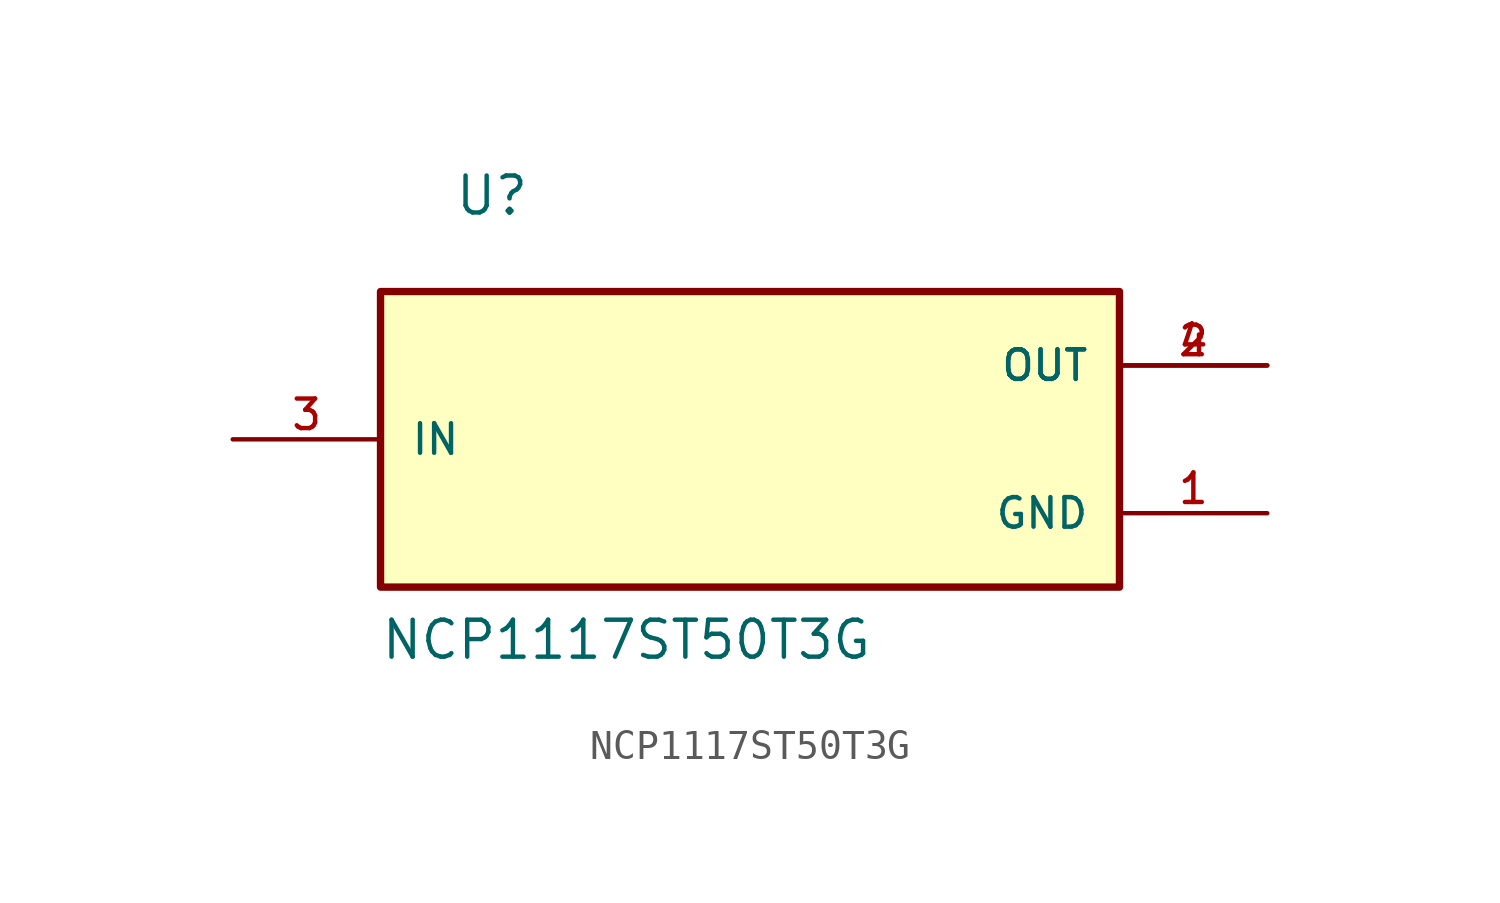
<source format=kicad_sym>
(kicad_symbol_lib
  (version 20211014)
  (generator kicad_symbol_editor)
  (symbol "NCP1117ST50T3G"
    (pin_names
      (offset 1.016))
    (property "Reference" "U"
      (at -10.18 7.635 0)
      (effects (font (size 1.27 1.27)) (justify bottom left)))
    (property "Value" "NCP1117ST50T3G"
      (at -12.724 -7.634 0)
      (effects (font (size 1.27 1.27)) (justify bottom left)))
    (symbol "NCP1117ST50T3G_0_0"
      (rectangle (start -12.7 -5.08) (end 12.7 5.08) (stroke (width 0.254)) (fill (type background)))
      (pin input line (at -17.78 0.0 0) (length 5.08) (name "IN" (effects (font (size 1.016 1.016)))) (number "3" (effects (font (size 1.016 1.016)))))
      (pin output line (at 17.78 2.54 180.0) (length 5.08) (name "OUT" (effects (font (size 1.016 1.016)))) (number "2" (effects (font (size 1.016 1.016)))))
      (pin output line (at 17.78 2.54 180.0) (length 5.08) (name "OUT" (effects (font (size 1.016 1.016)))) (number "4" (effects (font (size 1.016 1.016)))))
      (pin power_in line (at 17.78 -2.54 180.0) (length 5.08) (name "GND" (effects (font (size 1.016 1.016)))) (number "1" (effects (font (size 1.016 1.016))))))))
</source>
